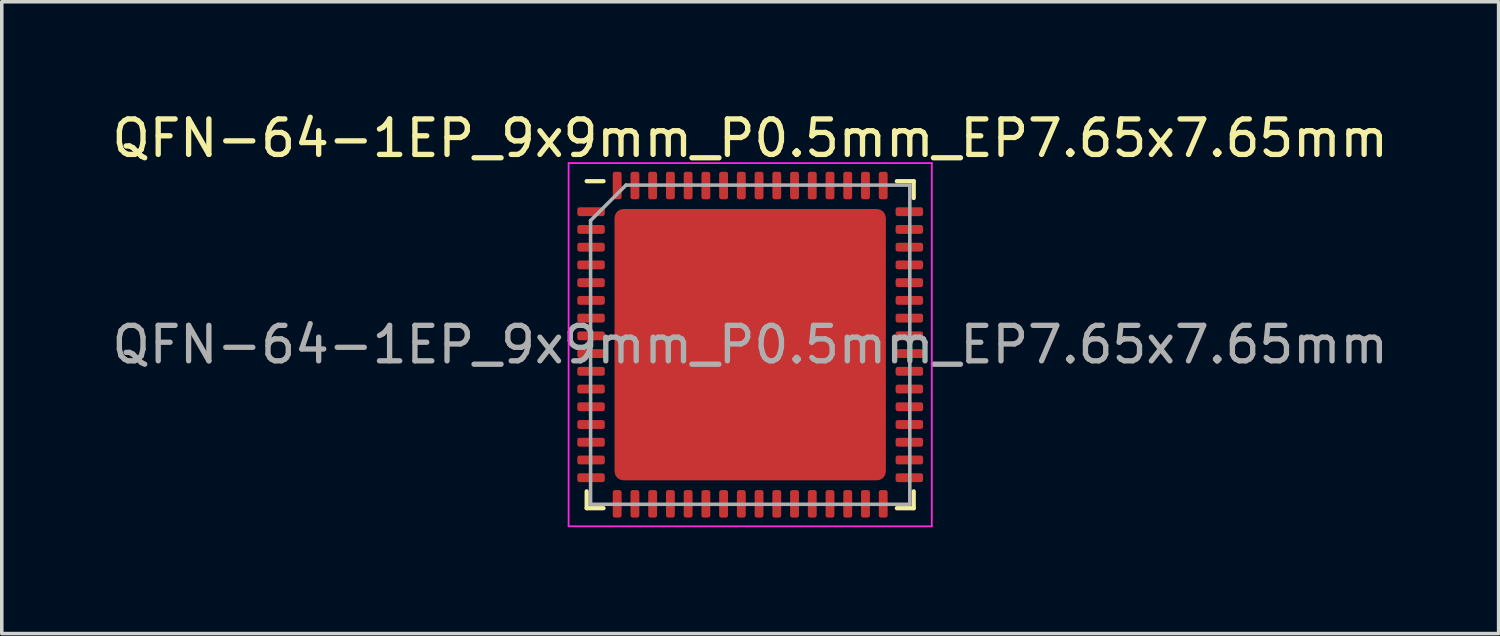
<source format=kicad_pcb>
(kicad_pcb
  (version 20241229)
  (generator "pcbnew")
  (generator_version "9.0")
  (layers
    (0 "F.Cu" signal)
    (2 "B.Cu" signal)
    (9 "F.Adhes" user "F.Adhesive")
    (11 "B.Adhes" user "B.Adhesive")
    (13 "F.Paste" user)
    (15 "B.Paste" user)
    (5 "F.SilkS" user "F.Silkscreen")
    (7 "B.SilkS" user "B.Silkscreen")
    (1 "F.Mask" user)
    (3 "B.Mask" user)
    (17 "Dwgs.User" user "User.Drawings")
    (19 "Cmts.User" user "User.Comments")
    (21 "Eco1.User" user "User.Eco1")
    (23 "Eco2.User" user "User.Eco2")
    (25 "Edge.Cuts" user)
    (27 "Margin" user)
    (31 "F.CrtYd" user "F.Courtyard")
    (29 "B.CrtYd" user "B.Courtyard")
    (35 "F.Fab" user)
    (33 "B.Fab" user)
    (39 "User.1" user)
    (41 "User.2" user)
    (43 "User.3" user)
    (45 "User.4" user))
  (footprint "QFN-64-1EP_9x9mm_P0.5mm_EP7.65x7.65mm"
    (layer "F.Cu")
    (at 18.101 6.668)
    (property "Reference" "QFN-64-1EP_9x9mm_P0.5mm_EP7.65x7.65mm" (at 0 -5.82 0) (layer "F.SilkS") (effects (font (size 1 1) (thickness 0.15))))
    (attr smd)
    (fp_line (start -4.61 4.61) (end -4.61 4.135) (stroke (width 0.12) (type solid)) (layer "F.SilkS"))
    (fp_line (start -4.135 -4.61) (end -4.61 -4.61) (stroke (width 0.12) (type solid)) (layer "F.SilkS"))
    (fp_line (start -4.135 4.61) (end -4.61 4.61) (stroke (width 0.12) (type solid)) (layer "F.SilkS"))
    (fp_line (start 4.135 -4.61) (end 4.61 -4.61) (stroke (width 0.12) (type solid)) (layer "F.SilkS"))
    (fp_line (start 4.135 4.61) (end 4.61 4.61) (stroke (width 0.12) (type solid)) (layer "F.SilkS"))
    (fp_line (start 4.61 -4.61) (end 4.61 -4.135) (stroke (width 0.12) (type solid)) (layer "F.SilkS"))
    (fp_line (start 4.61 4.61) (end 4.61 4.135) (stroke (width 0.12) (type solid)) (layer "F.SilkS"))
    (fp_line (start -5.12 -5.12) (end -5.12 5.12) (stroke (width 0.05) (type solid)) (layer "F.CrtYd"))
    (fp_line (start -5.12 5.12) (end 5.12 5.12) (stroke (width 0.05) (type solid)) (layer "F.CrtYd"))
    (fp_line (start 5.12 -5.12) (end -5.12 -5.12) (stroke (width 0.05) (type solid)) (layer "F.CrtYd"))
    (fp_line (start 5.12 5.12) (end 5.12 -5.12) (stroke (width 0.05) (type solid)) (layer "F.CrtYd"))
    (fp_line (start -4.5 -3.5) (end -3.5 -4.5) (stroke (width 0.1) (type solid)) (layer "F.Fab"))
    (fp_line (start -4.5 4.5) (end -4.5 -3.5) (stroke (width 0.1) (type solid)) (layer "F.Fab"))
    (fp_line (start -3.5 -4.5) (end 4.5 -4.5) (stroke (width 0.1) (type solid)) (layer "F.Fab"))
    (fp_line (start 4.5 -4.5) (end 4.5 4.5) (stroke (width 0.1) (type solid)) (layer "F.Fab"))
    (fp_line (start 4.5 4.5) (end -4.5 4.5) (stroke (width 0.1) (type solid)) (layer "F.Fab"))
    (fp_text user "${REFERENCE}" (at 0 0 0) (layer "F.Fab") (effects (font (size 1 1) (thickness 0.15))))
    (pad "" smd roundrect (at -3.2 -3.2) (size 1.03 1.03) (layers "F.Paste") (roundrect_rratio 0.243))
    (pad "" smd roundrect (at -3.2 -1.92) (size 1.03 1.03) (layers "F.Paste") (roundrect_rratio 0.243))
    (pad "" smd roundrect (at -3.2 -0.64) (size 1.03 1.03) (layers "F.Paste") (roundrect_rratio 0.243))
    (pad "" smd roundrect (at -3.2 0.64) (size 1.03 1.03) (layers "F.Paste") (roundrect_rratio 0.243))
    (pad "" smd roundrect (at -3.2 1.92) (size 1.03 1.03) (layers "F.Paste") (roundrect_rratio 0.243))
    (pad "" smd roundrect (at -3.2 3.2) (size 1.03 1.03) (layers "F.Paste") (roundrect_rratio 0.243))
    (pad "" smd roundrect (at -1.92 -3.2) (size 1.03 1.03) (layers "F.Paste") (roundrect_rratio 0.243))
    (pad "" smd roundrect (at -1.92 -1.92) (size 1.03 1.03) (layers "F.Paste") (roundrect_rratio 0.243))
    (pad "" smd roundrect (at -1.92 -0.64) (size 1.03 1.03) (layers "F.Paste") (roundrect_rratio 0.243))
    (pad "" smd roundrect (at -1.92 0.64) (size 1.03 1.03) (layers "F.Paste") (roundrect_rratio 0.243))
    (pad "" smd roundrect (at -1.92 1.92) (size 1.03 1.03) (layers "F.Paste") (roundrect_rratio 0.243))
    (pad "" smd roundrect (at -1.92 3.2) (size 1.03 1.03) (layers "F.Paste") (roundrect_rratio 0.243))
    (pad "" smd roundrect (at -0.64 -3.2) (size 1.03 1.03) (layers "F.Paste") (roundrect_rratio 0.243))
    (pad "" smd roundrect (at -0.64 -1.92) (size 1.03 1.03) (layers "F.Paste") (roundrect_rratio 0.243))
    (pad "" smd roundrect (at -0.64 -0.64) (size 1.03 1.03) (layers "F.Paste") (roundrect_rratio 0.243))
    (pad "" smd roundrect (at -0.64 0.64) (size 1.03 1.03) (layers "F.Paste") (roundrect_rratio 0.243))
    (pad "" smd roundrect (at -0.64 1.92) (size 1.03 1.03) (layers "F.Paste") (roundrect_rratio 0.243))
    (pad "" smd roundrect (at -0.64 3.2) (size 1.03 1.03) (layers "F.Paste") (roundrect_rratio 0.243))
    (pad "" smd roundrect (at 0.64 -3.2) (size 1.03 1.03) (layers "F.Paste") (roundrect_rratio 0.243))
    (pad "" smd roundrect (at 0.64 -1.92) (size 1.03 1.03) (layers "F.Paste") (roundrect_rratio 0.243))
    (pad "" smd roundrect (at 0.64 -0.64) (size 1.03 1.03) (layers "F.Paste") (roundrect_rratio 0.243))
    (pad "" smd roundrect (at 0.64 0.64) (size 1.03 1.03) (layers "F.Paste") (roundrect_rratio 0.243))
    (pad "" smd roundrect (at 0.64 1.92) (size 1.03 1.03) (layers "F.Paste") (roundrect_rratio 0.243))
    (pad "" smd roundrect (at 0.64 3.2) (size 1.03 1.03) (layers "F.Paste") (roundrect_rratio 0.243))
    (pad "" smd roundrect (at 1.92 -3.2) (size 1.03 1.03) (layers "F.Paste") (roundrect_rratio 0.243))
    (pad "" smd roundrect (at 1.92 -1.92) (size 1.03 1.03) (layers "F.Paste") (roundrect_rratio 0.243))
    (pad "" smd roundrect (at 1.92 -0.64) (size 1.03 1.03) (layers "F.Paste") (roundrect_rratio 0.243))
    (pad "" smd roundrect (at 1.92 0.64) (size 1.03 1.03) (layers "F.Paste") (roundrect_rratio 0.243))
    (pad "" smd roundrect (at 1.92 1.92) (size 1.03 1.03) (layers "F.Paste") (roundrect_rratio 0.243))
    (pad "" smd roundrect (at 1.92 3.2) (size 1.03 1.03) (layers "F.Paste") (roundrect_rratio 0.243))
    (pad "" smd roundrect (at 3.2 -3.2) (size 1.03 1.03) (layers "F.Paste") (roundrect_rratio 0.243))
    (pad "" smd roundrect (at 3.2 -1.92) (size 1.03 1.03) (layers "F.Paste") (roundrect_rratio 0.243))
    (pad "" smd roundrect (at 3.2 -0.64) (size 1.03 1.03) (layers "F.Paste") (roundrect_rratio 0.243))
    (pad "" smd roundrect (at 3.2 0.64) (size 1.03 1.03) (layers "F.Paste") (roundrect_rratio 0.243))
    (pad "" smd roundrect (at 3.2 1.92) (size 1.03 1.03) (layers "F.Paste") (roundrect_rratio 0.243))
    (pad "" smd roundrect (at 3.2 3.2) (size 1.03 1.03) (layers "F.Paste") (roundrect_rratio 0.243))
    (pad "1" smd roundrect (at -4.487 -3.75) (size 0.775 0.25) (layers "F.Cu" "F.Mask" "F.Paste") (roundrect_rratio 0.25))
    (pad "2" smd roundrect (at -4.487 -3.25) (size 0.775 0.25) (layers "F.Cu" "F.Mask" "F.Paste") (roundrect_rratio 0.25))
    (pad "3" smd roundrect (at -4.487 -2.75) (size 0.775 0.25) (layers "F.Cu" "F.Mask" "F.Paste") (roundrect_rratio 0.25))
    (pad "4" smd roundrect (at -4.487 -2.25) (size 0.775 0.25) (layers "F.Cu" "F.Mask" "F.Paste") (roundrect_rratio 0.25))
    (pad "5" smd roundrect (at -4.487 -1.75) (size 0.775 0.25) (layers "F.Cu" "F.Mask" "F.Paste") (roundrect_rratio 0.25))
    (pad "6" smd roundrect (at -4.487 -1.25) (size 0.775 0.25) (layers "F.Cu" "F.Mask" "F.Paste") (roundrect_rratio 0.25))
    (pad "7" smd roundrect (at -4.487 -0.75) (size 0.775 0.25) (layers "F.Cu" "F.Mask" "F.Paste") (roundrect_rratio 0.25))
    (pad "8" smd roundrect (at -4.487 -0.25) (size 0.775 0.25) (layers "F.Cu" "F.Mask" "F.Paste") (roundrect_rratio 0.25))
    (pad "9" smd roundrect (at -4.487 0.25) (size 0.775 0.25) (layers "F.Cu" "F.Mask" "F.Paste") (roundrect_rratio 0.25))
    (pad "10" smd roundrect (at -4.487 0.75) (size 0.775 0.25) (layers "F.Cu" "F.Mask" "F.Paste") (roundrect_rratio 0.25))
    (pad "11" smd roundrect (at -4.487 1.25) (size 0.775 0.25) (layers "F.Cu" "F.Mask" "F.Paste") (roundrect_rratio 0.25))
    (pad "12" smd roundrect (at -4.487 1.75) (size 0.775 0.25) (layers "F.Cu" "F.Mask" "F.Paste") (roundrect_rratio 0.25))
    (pad "13" smd roundrect (at -4.487 2.25) (size 0.775 0.25) (layers "F.Cu" "F.Mask" "F.Paste") (roundrect_rratio 0.25))
    (pad "14" smd roundrect (at -4.487 2.75) (size 0.775 0.25) (layers "F.Cu" "F.Mask" "F.Paste") (roundrect_rratio 0.25))
    (pad "15" smd roundrect (at -4.487 3.25) (size 0.775 0.25) (layers "F.Cu" "F.Mask" "F.Paste") (roundrect_rratio 0.25))
    (pad "16" smd roundrect (at -4.487 3.75) (size 0.775 0.25) (layers "F.Cu" "F.Mask" "F.Paste") (roundrect_rratio 0.25))
    (pad "17" smd roundrect (at -3.75 4.487) (size 0.25 0.775) (layers "F.Cu" "F.Mask" "F.Paste") (roundrect_rratio 0.25))
    (pad "18" smd roundrect (at -3.25 4.487) (size 0.25 0.775) (layers "F.Cu" "F.Mask" "F.Paste") (roundrect_rratio 0.25))
    (pad "19" smd roundrect (at -2.75 4.487) (size 0.25 0.775) (layers "F.Cu" "F.Mask" "F.Paste") (roundrect_rratio 0.25))
    (pad "20" smd roundrect (at -2.25 4.487) (size 0.25 0.775) (layers "F.Cu" "F.Mask" "F.Paste") (roundrect_rratio 0.25))
    (pad "21" smd roundrect (at -1.75 4.487) (size 0.25 0.775) (layers "F.Cu" "F.Mask" "F.Paste") (roundrect_rratio 0.25))
    (pad "22" smd roundrect (at -1.25 4.487) (size 0.25 0.775) (layers "F.Cu" "F.Mask" "F.Paste") (roundrect_rratio 0.25))
    (pad "23" smd roundrect (at -0.75 4.487) (size 0.25 0.775) (layers "F.Cu" "F.Mask" "F.Paste") (roundrect_rratio 0.25))
    (pad "24" smd roundrect (at -0.25 4.487) (size 0.25 0.775) (layers "F.Cu" "F.Mask" "F.Paste") (roundrect_rratio 0.25))
    (pad "25" smd roundrect (at 0.25 4.487) (size 0.25 0.775) (layers "F.Cu" "F.Mask" "F.Paste") (roundrect_rratio 0.25))
    (pad "26" smd roundrect (at 0.75 4.487) (size 0.25 0.775) (layers "F.Cu" "F.Mask" "F.Paste") (roundrect_rratio 0.25))
    (pad "27" smd roundrect (at 1.25 4.487) (size 0.25 0.775) (layers "F.Cu" "F.Mask" "F.Paste") (roundrect_rratio 0.25))
    (pad "28" smd roundrect (at 1.75 4.487) (size 0.25 0.775) (layers "F.Cu" "F.Mask" "F.Paste") (roundrect_rratio 0.25))
    (pad "29" smd roundrect (at 2.25 4.487) (size 0.25 0.775) (layers "F.Cu" "F.Mask" "F.Paste") (roundrect_rratio 0.25))
    (pad "30" smd roundrect (at 2.75 4.487) (size 0.25 0.775) (layers "F.Cu" "F.Mask" "F.Paste") (roundrect_rratio 0.25))
    (pad "31" smd roundrect (at 3.25 4.487) (size 0.25 0.775) (layers "F.Cu" "F.Mask" "F.Paste") (roundrect_rratio 0.25))
    (pad "32" smd roundrect (at 3.75 4.487) (size 0.25 0.775) (layers "F.Cu" "F.Mask" "F.Paste") (roundrect_rratio 0.25))
    (pad "33" smd roundrect (at 4.487 3.75) (size 0.775 0.25) (layers "F.Cu" "F.Mask" "F.Paste") (roundrect_rratio 0.25))
    (pad "34" smd roundrect (at 4.487 3.25) (size 0.775 0.25) (layers "F.Cu" "F.Mask" "F.Paste") (roundrect_rratio 0.25))
    (pad "35" smd roundrect (at 4.487 2.75) (size 0.775 0.25) (layers "F.Cu" "F.Mask" "F.Paste") (roundrect_rratio 0.25))
    (pad "36" smd roundrect (at 4.487 2.25) (size 0.775 0.25) (layers "F.Cu" "F.Mask" "F.Paste") (roundrect_rratio 0.25))
    (pad "37" smd roundrect (at 4.487 1.75) (size 0.775 0.25) (layers "F.Cu" "F.Mask" "F.Paste") (roundrect_rratio 0.25))
    (pad "38" smd roundrect (at 4.487 1.25) (size 0.775 0.25) (layers "F.Cu" "F.Mask" "F.Paste") (roundrect_rratio 0.25))
    (pad "39" smd roundrect (at 4.487 0.75) (size 0.775 0.25) (layers "F.Cu" "F.Mask" "F.Paste") (roundrect_rratio 0.25))
    (pad "40" smd roundrect (at 4.487 0.25) (size 0.775 0.25) (layers "F.Cu" "F.Mask" "F.Paste") (roundrect_rratio 0.25))
    (pad "41" smd roundrect (at 4.487 -0.25) (size 0.775 0.25) (layers "F.Cu" "F.Mask" "F.Paste") (roundrect_rratio 0.25))
    (pad "42" smd roundrect (at 4.487 -0.75) (size 0.775 0.25) (layers "F.Cu" "F.Mask" "F.Paste") (roundrect_rratio 0.25))
    (pad "43" smd roundrect (at 4.487 -1.25) (size 0.775 0.25) (layers "F.Cu" "F.Mask" "F.Paste") (roundrect_rratio 0.25))
    (pad "44" smd roundrect (at 4.487 -1.75) (size 0.775 0.25) (layers "F.Cu" "F.Mask" "F.Paste") (roundrect_rratio 0.25))
    (pad "45" smd roundrect (at 4.487 -2.25) (size 0.775 0.25) (layers "F.Cu" "F.Mask" "F.Paste") (roundrect_rratio 0.25))
    (pad "46" smd roundrect (at 4.487 -2.75) (size 0.775 0.25) (layers "F.Cu" "F.Mask" "F.Paste") (roundrect_rratio 0.25))
    (pad "47" smd roundrect (at 4.487 -3.25) (size 0.775 0.25) (layers "F.Cu" "F.Mask" "F.Paste") (roundrect_rratio 0.25))
    (pad "48" smd roundrect (at 4.487 -3.75) (size 0.775 0.25) (layers "F.Cu" "F.Mask" "F.Paste") (roundrect_rratio 0.25))
    (pad "49" smd roundrect (at 3.75 -4.487) (size 0.25 0.775) (layers "F.Cu" "F.Mask" "F.Paste") (roundrect_rratio 0.25))
    (pad "50" smd roundrect (at 3.25 -4.487) (size 0.25 0.775) (layers "F.Cu" "F.Mask" "F.Paste") (roundrect_rratio 0.25))
    (pad "51" smd roundrect (at 2.75 -4.487) (size 0.25 0.775) (layers "F.Cu" "F.Mask" "F.Paste") (roundrect_rratio 0.25))
    (pad "52" smd roundrect (at 2.25 -4.487) (size 0.25 0.775) (layers "F.Cu" "F.Mask" "F.Paste") (roundrect_rratio 0.25))
    (pad "53" smd roundrect (at 1.75 -4.487) (size 0.25 0.775) (layers "F.Cu" "F.Mask" "F.Paste") (roundrect_rratio 0.25))
    (pad "54" smd roundrect (at 1.25 -4.487) (size 0.25 0.775) (layers "F.Cu" "F.Mask" "F.Paste") (roundrect_rratio 0.25))
    (pad "55" smd roundrect (at 0.75 -4.487) (size 0.25 0.775) (layers "F.Cu" "F.Mask" "F.Paste") (roundrect_rratio 0.25))
    (pad "56" smd roundrect (at 0.25 -4.487) (size 0.25 0.775) (layers "F.Cu" "F.Mask" "F.Paste") (roundrect_rratio 0.25))
    (pad "57" smd roundrect (at -0.25 -4.487) (size 0.25 0.775) (layers "F.Cu" "F.Mask" "F.Paste") (roundrect_rratio 0.25))
    (pad "58" smd roundrect (at -0.75 -4.487) (size 0.25 0.775) (layers "F.Cu" "F.Mask" "F.Paste") (roundrect_rratio 0.25))
    (pad "59" smd roundrect (at -1.25 -4.487) (size 0.25 0.775) (layers "F.Cu" "F.Mask" "F.Paste") (roundrect_rratio 0.25))
    (pad "60" smd roundrect (at -1.75 -4.487) (size 0.25 0.775) (layers "F.Cu" "F.Mask" "F.Paste") (roundrect_rratio 0.25))
    (pad "61" smd roundrect (at -2.25 -4.487) (size 0.25 0.775) (layers "F.Cu" "F.Mask" "F.Paste") (roundrect_rratio 0.25))
    (pad "62" smd roundrect (at -2.75 -4.487) (size 0.25 0.775) (layers "F.Cu" "F.Mask" "F.Paste") (roundrect_rratio 0.25))
    (pad "63" smd roundrect (at -3.25 -4.487) (size 0.25 0.775) (layers "F.Cu" "F.Mask" "F.Paste") (roundrect_rratio 0.25))
    (pad "64" smd roundrect (at -3.75 -4.487) (size 0.25 0.775) (layers "F.Cu" "F.Mask" "F.Paste") (roundrect_rratio 0.25))
    (pad "65" smd roundrect (at 0 0) (size 7.65 7.65) (layers "F.Cu" "F.Mask") (roundrect_rratio 0.033)))
  (gr_rect
    (start -3 -3)
    (end 39.202 14.813)
    (stroke (width 0.1) (type default))
    (fill no)
    (layer "Edge.Cuts")))
</source>
